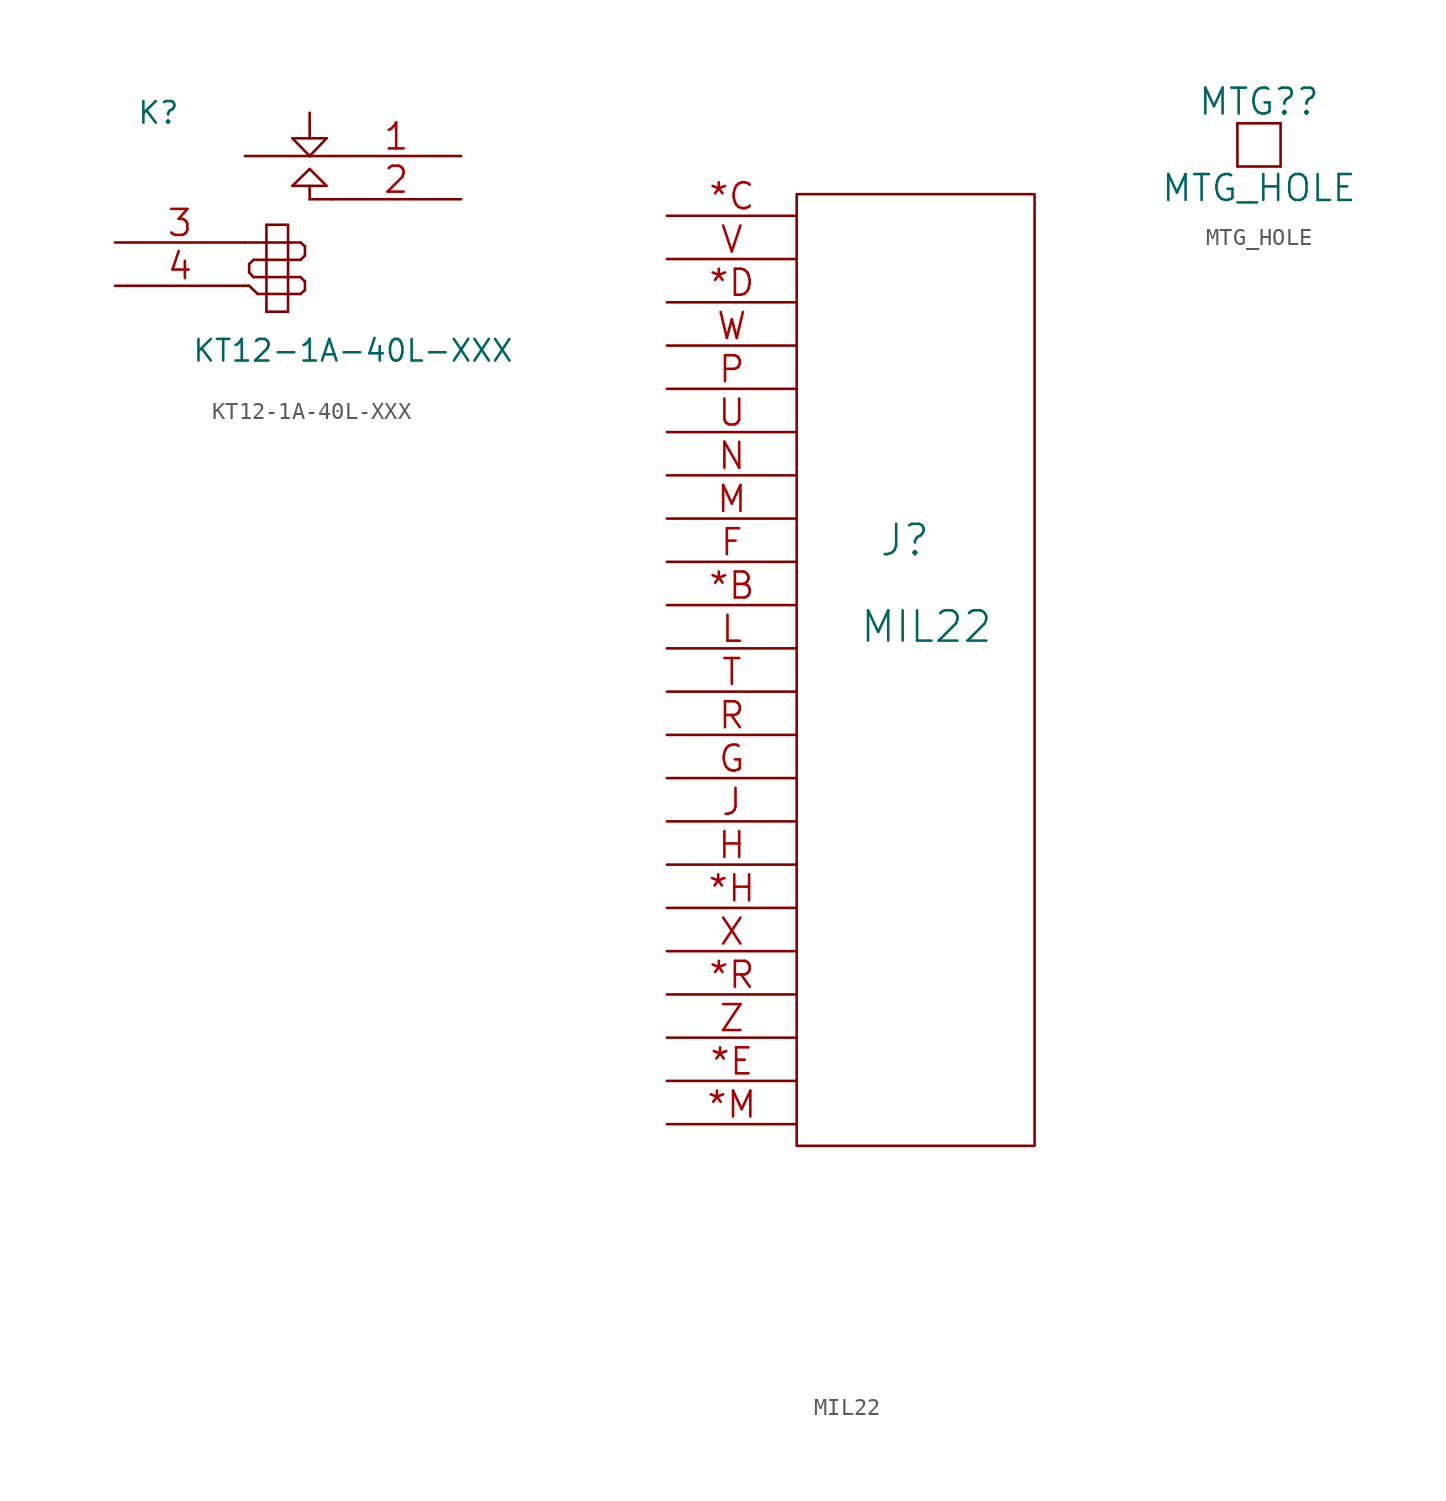
<source format=kicad_sym>
(kicad_symbol_lib
  (version 20211014)
  (generator kicad_symbol_editor)
  (symbol "KT12-1A-40L-XXX"
    (pin_names
      (offset 1.016) hide)
    (property "Reference" "K"
      (at -7.62 1.27 0)
      (effects (font (size 1.27 1.27))))
    (property "Value" "KT12-1A-40L-XXX"
      (at 3.81 -12.7 0)
      (effects (font (size 1.27 1.27))))
    (property "Footprint" ""
      (at 0 0 0)
      (effects (font (size 1.524 1.524))))
    (property "Datasheet" ""
      (at 0 0 0)
      (effects (font (size 1.524 1.524))))
    (symbol "KT12-1A-40L-XXX_0_1"
      (polyline (pts (xy -2.54 -8.89) (xy -2.286 -8.89)) (stroke (width 0) (type default) (color 0 0 0 0)) (fill (type none)))
      (polyline (pts (xy -2.54 -6.35) (xy -1.27 -6.35)) (stroke (width 0) (type default) (color 0 0 0 0)) (fill (type none)))
      (polyline (pts (xy -2.54 -1.27) (xy 1.27 -1.27)) (stroke (width 0) (type default) (color 0 0 0 0)) (fill (type none)))
      (polyline (pts (xy -2.286 -8.89) (xy -1.778 -9.373)) (stroke (width 0) (type default) (color 0 0 0 0)) (fill (type none)))
      (polyline (pts (xy -2.286 -8.103) (xy -2.286 -7.62)) (stroke (width 0) (type default) (color 0 0 0 0)) (fill (type none)))
      (polyline (pts (xy -2.032 -8.382) (xy -2.286 -8.103)) (stroke (width 0) (type default) (color 0 0 0 0)) (fill (type none)))
      (polyline (pts (xy -2.032 -7.366) (xy -2.286 -7.62)) (stroke (width 0) (type default) (color 0 0 0 0)) (fill (type none)))
      (polyline (pts (xy -1.778 -9.373) (xy -1.27 -9.373)) (stroke (width 0) (type default) (color 0 0 0 0)) (fill (type none)))
      (polyline (pts (xy -1.27 -10.414) (xy -1.27 -5.309)) (stroke (width 0) (type default) (color 0 0 0 0)) (fill (type none)))
      (polyline (pts (xy -1.27 -8.382) (xy -2.032 -8.382)) (stroke (width 0) (type default) (color 0 0 0 0)) (fill (type none)))
      (polyline (pts (xy -1.27 -8.382) (xy 0 -8.382)) (stroke (width 0) (type default) (color 0 0 0 0)) (fill (type none)))
      (polyline (pts (xy -1.27 -7.366) (xy -2.032 -7.366)) (stroke (width 0) (type default) (color 0 0 0 0)) (fill (type none)))
      (polyline (pts (xy -1.27 -6.35) (xy 0 -6.35)) (stroke (width 0) (type default) (color 0 0 0 0)) (fill (type none)))
      (polyline (pts (xy -1.27 -5.309) (xy 0 -5.309)) (stroke (width 0) (type default) (color 0 0 0 0)) (fill (type none)))
      (polyline (pts (xy 0 -10.414) (xy -1.27 -10.414)) (stroke (width 0) (type default) (color 0 0 0 0)) (fill (type none)))
      (polyline (pts (xy 0 -9.373) (xy -1.27 -9.373)) (stroke (width 0) (type default) (color 0 0 0 0)) (fill (type none)))
      (polyline (pts (xy 0 -9.373) (xy 0.737 -9.373)) (stroke (width 0) (type default) (color 0 0 0 0)) (fill (type none)))
      (polyline (pts (xy 0 -8.382) (xy 0.737 -8.382)) (stroke (width 0) (type default) (color 0 0 0 0)) (fill (type none)))
      (polyline (pts (xy 0 -7.366) (xy -1.27 -7.366)) (stroke (width 0) (type default) (color 0 0 0 0)) (fill (type none)))
      (polyline (pts (xy 0 -7.366) (xy 0.737 -7.366)) (stroke (width 0) (type default) (color 0 0 0 0)) (fill (type none)))
      (polyline (pts (xy 0 -6.35) (xy 0.737 -6.35)) (stroke (width 0) (type default) (color 0 0 0 0)) (fill (type none)))
      (polyline (pts (xy 0 -5.309) (xy 0 -10.414)) (stroke (width 0) (type default) (color 0 0 0 0)) (fill (type none)))
      (polyline (pts (xy 0.254 -3.023) (xy 2.261 -3.023)) (stroke (width 0) (type default) (color 0 0 0 0)) (fill (type none)))
      (polyline (pts (xy 0.254 -0.229) (xy 2.261 -0.229)) (stroke (width 0) (type default) (color 0 0 0 0)) (fill (type none)))
      (polyline (pts (xy 0.737 -9.373) (xy 0.991 -9.144)) (stroke (width 0) (type default) (color 0 0 0 0)) (fill (type none)))
      (polyline (pts (xy 0.737 -8.382) (xy 0.991 -8.636)) (stroke (width 0) (type default) (color 0 0 0 0)) (fill (type none)))
      (polyline (pts (xy 0.737 -7.366) (xy 0.991 -7.112)) (stroke (width 0) (type default) (color 0 0 0 0)) (fill (type none)))
      (polyline (pts (xy 0.737 -6.35) (xy 0.991 -6.579)) (stroke (width 0) (type default) (color 0 0 0 0)) (fill (type none)))
      (polyline (pts (xy 0.991 -9.144) (xy 0.991 -8.636)) (stroke (width 0) (type default) (color 0 0 0 0)) (fill (type none)))
      (polyline (pts (xy 0.991 -6.579) (xy 0.991 -7.112)) (stroke (width 0) (type default) (color 0 0 0 0)) (fill (type none)))
      (polyline (pts (xy 1.27 -3.81) (xy 1.27 -3.302)) (stroke (width 0) (type default) (color 0 0 0 0)) (fill (type none)))
      (polyline (pts (xy 1.27 -3.302) (xy 1.27 -3.023)) (stroke (width 0) (type default) (color 0 0 0 0)) (fill (type none)))
      (polyline (pts (xy 1.27 -2.032) (xy 0.254 -3.023)) (stroke (width 0) (type default) (color 0 0 0 0)) (fill (type none)))
      (polyline (pts (xy 1.27 -1.27) (xy 0.254 -0.229)) (stroke (width 0) (type default) (color 0 0 0 0)) (fill (type none)))
      (polyline (pts (xy 1.27 -1.27) (xy 2.54 -1.27)) (stroke (width 0) (type default) (color 0 0 0 0)) (fill (type none)))
      (polyline (pts (xy 1.27 1.27) (xy 1.27 -0.229)) (stroke (width 0) (type default) (color 0 0 0 0)) (fill (type none)))
      (polyline (pts (xy 2.261 -3.023) (xy 1.27 -2.032)) (stroke (width 0) (type default) (color 0 0 0 0)) (fill (type none)))
      (polyline (pts (xy 2.261 -0.229) (xy 1.27 -1.27)) (stroke (width 0) (type default) (color 0 0 0 0)) (fill (type none)))
      (polyline (pts (xy 2.54 -3.81) (xy 1.27 -3.81)) (stroke (width 0) (type default) (color 0 0 0 0)) (fill (type none))))
    (symbol "KT12-1A-40L-XXX_1_1"
      (pin passive line (at 10.16 -1.27 180) (length 7.62) (name "1" (effects (font (size 1.524 1.524)))) (number "1" (effects (font (size 1.524 1.524)))))
      (pin passive line (at 10.16 -3.81 180) (length 7.62) (name "2" (effects (font (size 1.524 1.524)))) (number "2" (effects (font (size 1.524 1.524)))))
      (pin input line (at -10.16 -6.35 0) (length 7.62) (name "3" (effects (font (size 1.524 1.524)))) (number "3" (effects (font (size 1.524 1.524)))))
      (pin input line (at -10.16 -8.89 0) (length 7.62) (name "4" (effects (font (size 1.524 1.524)))) (number "4" (effects (font (size 1.524 1.524)))))))
  (symbol "MIL22"
    (pin_names
      (offset 1.016) hide)
    (property "Reference" "J"
      (at 3.81 43.18 0)
      (effects (font (size 1.778 1.778))))
    (property "Value" "MIL22"
      (at 5.08 38.1 0)
      (effects (font (size 1.778 1.778))))
    (property "Footprint" ""
      (at 0 0 0)
      (effects (font (size 1.524 1.524))))
    (property "Datasheet" ""
      (at 0 0 0)
      (effects (font (size 1.524 1.524))))
    (symbol "MIL22_0_1"
      (rectangle (start -2.54 63.5) (end 11.43 7.62) (stroke (width 0) (type default) (color 0 0 0 0)) (fill (type none))))
    (symbol "MIL22_1_1"
      (pin passive line (at -10.16 39.37 0) (length 7.62) (name "C3S1OUT" (effects (font (size 1.524 1.524)))) (number "*B" (effects (font (size 1.524 1.524)))))
      (pin input line (at -10.16 62.23 0) (length 7.62) (name "SHLD" (effects (font (size 1.524 1.524)))) (number "*C" (effects (font (size 1.524 1.524)))))
      (pin passive line (at -10.16 57.15 0) (length 7.62) (name "C1S3" (effects (font (size 1.524 1.524)))) (number "*D" (effects (font (size 1.524 1.524)))))
      (pin passive line (at -10.16 11.43 0) (length 7.62) (name "C1REFL" (effects (font (size 1.524 1.524)))) (number "*E" (effects (font (size 1.524 1.524)))))
      (pin passive line (at -10.16 21.59 0) (length 7.62) (name "SHLD" (effects (font (size 1.524 1.524)))) (number "*H" (effects (font (size 1.524 1.524)))))
      (pin passive line (at -10.16 8.89 0) (length 7.62) (name "C3REFL" (effects (font (size 1.524 1.524)))) (number "*M" (effects (font (size 1.524 1.524)))))
      (pin passive line (at -10.16 16.51 0) (length 7.62) (name "SHLD" (effects (font (size 1.524 1.524)))) (number "*R" (effects (font (size 1.524 1.524)))))
      (pin passive line (at -10.16 41.91 0) (length 7.62) (name "SHLD" (effects (font (size 1.524 1.524)))) (number "F" (effects (font (size 1.524 1.524)))))
      (pin passive line (at -10.16 29.21 0) (length 7.62) (name "C4S1OUT" (effects (font (size 1.524 1.524)))) (number "G" (effects (font (size 1.524 1.524)))))
      (pin passive line (at -10.16 24.13 0) (length 7.62) (name "C4S2OUT" (effects (font (size 1.524 1.524)))) (number "H" (effects (font (size 1.524 1.524)))))
      (pin passive line (at -10.16 26.67 0) (length 7.62) (name "C4S3OUT" (effects (font (size 1.524 1.524)))) (number "J" (effects (font (size 1.524 1.524)))))
      (pin passive line (at -10.16 36.83 0) (length 7.62) (name "C3S3OUT" (effects (font (size 1.524 1.524)))) (number "L" (effects (font (size 1.524 1.524)))))
      (pin passive line (at -10.16 44.45 0) (length 7.62) (name "C2S2OUT" (effects (font (size 1.524 1.524)))) (number "M" (effects (font (size 1.524 1.524)))))
      (pin passive line (at -10.16 46.99 0) (length 7.62) (name "C2S3OUT" (effects (font (size 1.524 1.524)))) (number "N" (effects (font (size 1.524 1.524)))))
      (pin passive line (at -10.16 52.07 0) (length 7.62) (name "SHLD" (effects (font (size 1.524 1.524)))) (number "P" (effects (font (size 1.524 1.524)))))
      (pin passive line (at -10.16 31.75 0) (length 7.62) (name "SHLD" (effects (font (size 1.524 1.524)))) (number "R" (effects (font (size 1.524 1.524)))))
      (pin passive line (at -10.16 34.29 0) (length 7.62) (name "C3S2OUT" (effects (font (size 1.524 1.524)))) (number "T" (effects (font (size 1.524 1.524)))))
      (pin passive line (at -10.16 49.53 0) (length 7.62) (name "C2S1OUT" (effects (font (size 1.524 1.524)))) (number "U" (effects (font (size 1.524 1.524)))))
      (pin passive line (at -10.16 59.69 0) (length 7.62) (name "C1S1OUT" (effects (font (size 1.524 1.524)))) (number "V" (effects (font (size 1.524 1.524)))))
      (pin passive line (at -10.16 54.61 0) (length 7.62) (name "C1S2OUT" (effects (font (size 1.524 1.524)))) (number "W" (effects (font (size 1.524 1.524)))))
      (pin passive line (at -10.16 19.05 0) (length 7.62) (name "C1REFH" (effects (font (size 1.524 1.524)))) (number "X" (effects (font (size 1.524 1.524)))))
      (pin passive line (at -10.16 13.97 0) (length 7.62) (name "C3REFH" (effects (font (size 1.524 1.524)))) (number "Z" (effects (font (size 1.524 1.524)))))))
  (symbol "MTG_HOLE"
    (pin_names
      (offset 1.016))
    (property "Reference" "MTG?"
      (at 0 2.54 0)
      (effects (font (size 1.524 1.524))))
    (property "Value" "MTG_HOLE"
      (at 0 -2.54 0)
      (effects (font (size 1.524 1.524))))
    (property "Footprint" ""
      (at 0 0 0)
      (effects (font (size 1.524 1.524))))
    (property "Datasheet" ""
      (at 0 0 0)
      (effects (font (size 1.524 1.524))))
    (symbol "MTG_HOLE_0_1"
      (rectangle (start -1.27 -1.27) (end 1.27 -1.27) (stroke (width 0) (type default) (color 0 0 0 0)) (fill (type none)))
      (rectangle (start -1.27 1.27) (end -1.27 -1.27) (stroke (width 0) (type default) (color 0 0 0 0)) (fill (type none)))
      (rectangle (start 1.27 1.27) (end -1.27 1.27) (stroke (width 0) (type default) (color 0 0 0 0)) (fill (type none)))
      (rectangle (start 1.27 1.27) (end 1.27 -1.27) (stroke (width 0) (type default) (color 0 0 0 0)) (fill (type none))))))
</source>
